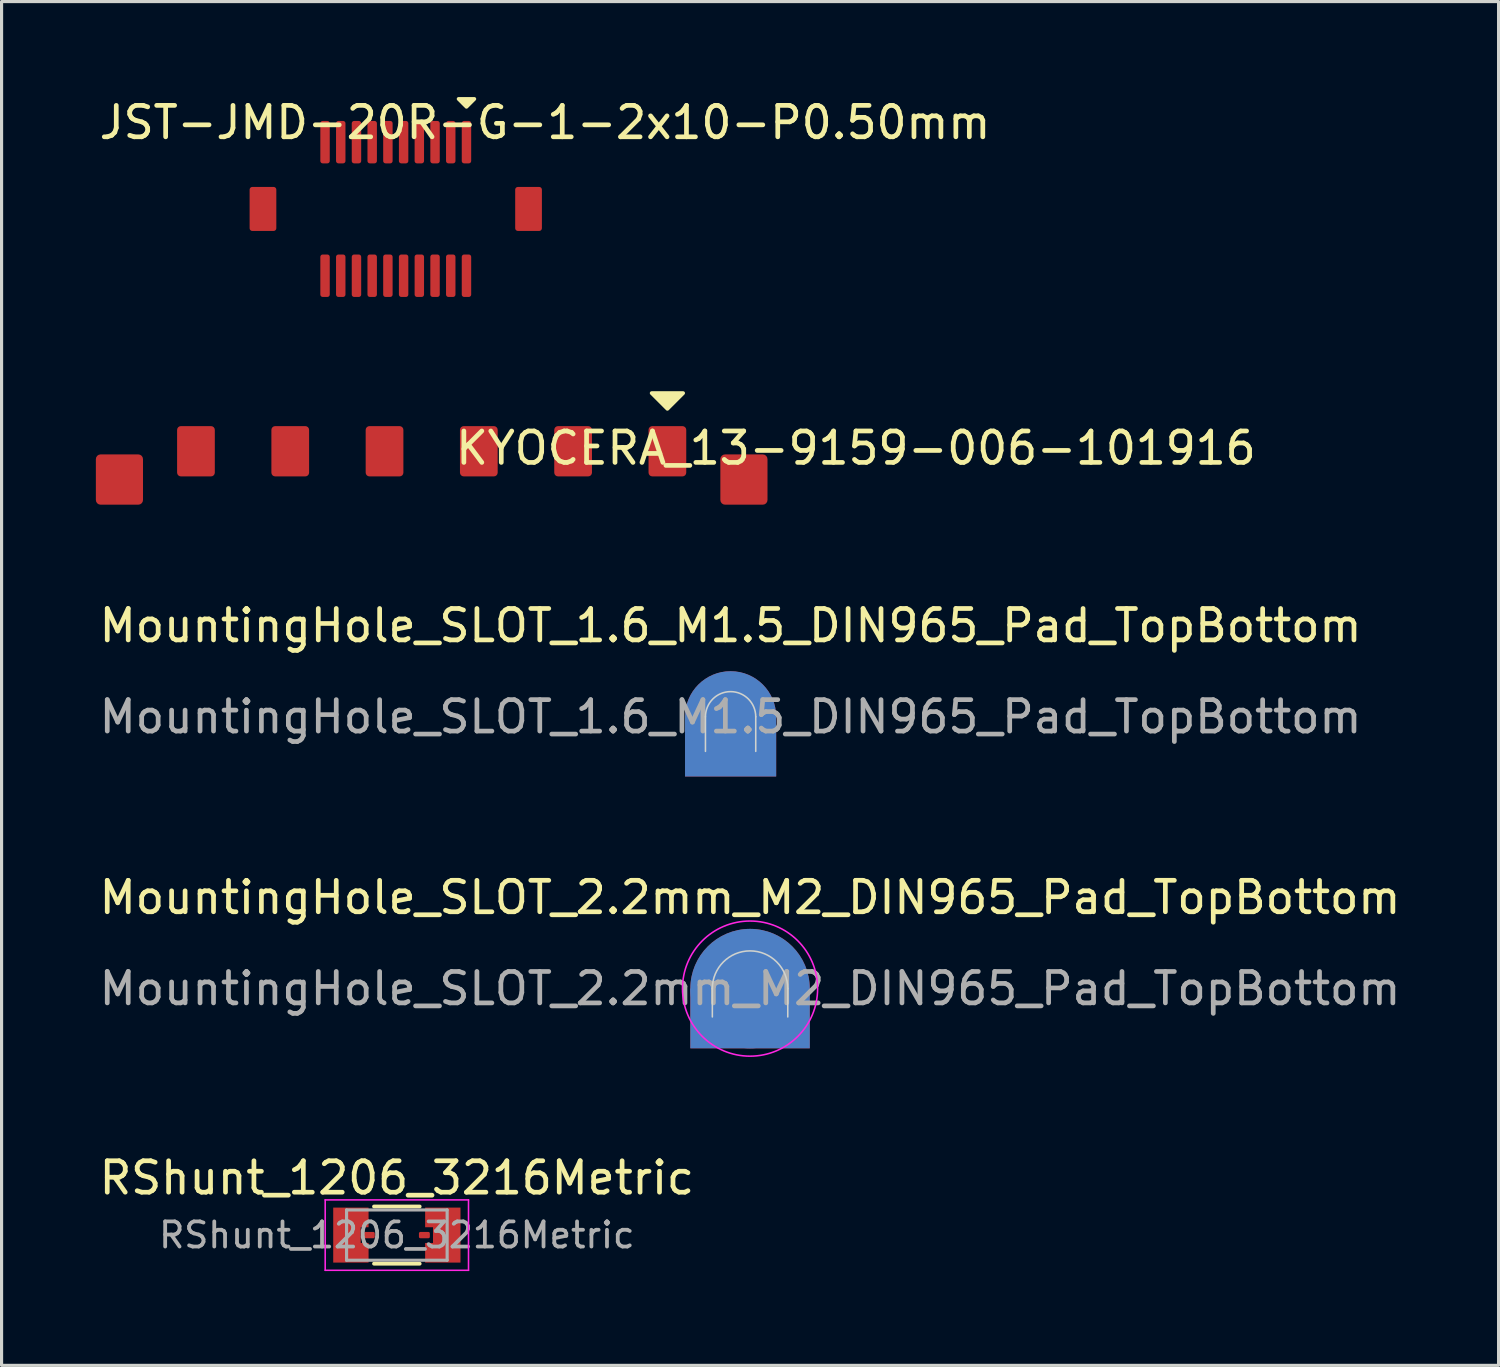
<source format=kicad_pcb>
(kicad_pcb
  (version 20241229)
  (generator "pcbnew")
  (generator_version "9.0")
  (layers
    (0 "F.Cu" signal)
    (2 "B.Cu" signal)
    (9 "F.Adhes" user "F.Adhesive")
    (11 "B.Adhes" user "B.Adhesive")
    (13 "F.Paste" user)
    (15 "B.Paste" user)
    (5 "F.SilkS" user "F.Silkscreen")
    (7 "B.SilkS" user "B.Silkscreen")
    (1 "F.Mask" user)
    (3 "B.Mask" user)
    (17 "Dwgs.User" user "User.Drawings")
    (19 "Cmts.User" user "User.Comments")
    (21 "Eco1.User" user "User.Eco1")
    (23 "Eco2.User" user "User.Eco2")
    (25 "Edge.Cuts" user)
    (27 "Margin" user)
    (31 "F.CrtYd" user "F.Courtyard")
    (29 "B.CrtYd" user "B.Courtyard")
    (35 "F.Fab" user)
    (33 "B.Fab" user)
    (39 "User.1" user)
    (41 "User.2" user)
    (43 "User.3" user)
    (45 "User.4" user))
  (footprint "RShunt_1206_3216Metric"
    (layer "F.Cu")
    (at 9.577 36.248)
    (property "Reference" "RShunt_1206_3216Metric" (at 0 -1.82 0) (layer "F.SilkS") (effects (font (size 1 1) (thickness 0.15))))
    (attr smd)
    (fp_line (start -0.727 -0.91) (end 0.727 -0.91) (stroke (width 0.12) (type solid)) (layer "F.SilkS"))
    (fp_line (start -0.727 0.91) (end 0.727 0.91) (stroke (width 0.12) (type solid)) (layer "F.SilkS"))
    (fp_line (start -2.28 -1.12) (end 2.28 -1.12) (stroke (width 0.05) (type solid)) (layer "F.CrtYd"))
    (fp_line (start -2.28 1.12) (end -2.28 -1.12) (stroke (width 0.05) (type solid)) (layer "F.CrtYd"))
    (fp_line (start 2.28 -1.12) (end 2.28 1.12) (stroke (width 0.05) (type solid)) (layer "F.CrtYd"))
    (fp_line (start 2.28 1.12) (end -2.28 1.12) (stroke (width 0.05) (type solid)) (layer "F.CrtYd"))
    (fp_line (start -1.6 -0.8) (end 1.6 -0.8) (stroke (width 0.1) (type solid)) (layer "F.Fab"))
    (fp_line (start -1.6 0.8) (end -1.6 -0.8) (stroke (width 0.1) (type solid)) (layer "F.Fab"))
    (fp_line (start 1.6 -0.8) (end 1.6 0.8) (stroke (width 0.1) (type solid)) (layer "F.Fab"))
    (fp_line (start 1.6 0.8) (end -1.6 0.8) (stroke (width 0.1) (type solid)) (layer "F.Fab"))
    (fp_text user "${REFERENCE}" (at 0 0 0) (layer "F.Fab") (effects (font (size 0.8 0.8) (thickness 0.12))))
    (pad "1" smd custom (at -1.65 0) (size 0.575 0.575) (layers "F.Cu" "F.Mask" "F.Paste") (options (anchor circle)) (primitives (gr_poly (pts (xy -0.312 -0.16) (xy -0.303 -0.209) (xy -0.275 -0.25) (xy -0.234 -0.278) (xy -0.185 -0.287) (xy 0.185 -0.287) (xy 0.234 -0.278) (xy 0.275 -0.25) (xy 0.303 -0.209) (xy 0.312 -0.16) (xy 0.312 0.16) (xy 0.303 0.209) (xy 0.275 0.25) (xy 0.234 0.278) (xy 0.185 0.287) (xy -0.185 0.287) (xy -0.234 0.278) (xy -0.275 0.25) (xy -0.303 0.209) (xy -0.312 0.16)) (width 0) (fill yes)) (gr_poly (pts (xy -0.375 -0.875) (xy -0.375 0.875) (xy 0.75 0.875) (xy 0.75 0.25) (xy 0.5 0.25) (xy 0.5 -0.25) (xy 0.75 -0.25) (xy 0.75 -0.875)) (width 0) (fill yes))))
    (pad "2" smd roundrect (at -0.876 0) (size 0.347 0.2) (layers "F.Cu" "F.Mask" "F.Paste") (roundrect_rratio 0.222))
    (pad "3" smd roundrect (at 0.876 0) (size 0.347 0.2) (layers "F.Cu" "F.Mask" "F.Paste") (roundrect_rratio 0.222))
    (pad "4" smd custom (at 1.625 0) (size 0.575 0.575) (layers "F.Cu" "F.Mask" "F.Paste") (options (anchor circle)) (primitives (gr_poly (pts (xy -0.312 -0.16) (xy -0.303 -0.209) (xy -0.275 -0.25) (xy -0.234 -0.278) (xy -0.185 -0.287) (xy 0.185 -0.287) (xy 0.234 -0.278) (xy 0.275 -0.25) (xy 0.303 -0.209) (xy 0.312 -0.16) (xy 0.312 0.16) (xy 0.303 0.209) (xy 0.275 0.25) (xy 0.234 0.278) (xy 0.185 0.287) (xy -0.185 0.287) (xy -0.234 0.278) (xy -0.275 0.25) (xy -0.303 0.209) (xy -0.312 0.16)) (width 0) (fill yes)) (gr_poly (pts (xy 0.4 0.875) (xy 0.4 -0.875) (xy -0.725 -0.875) (xy -0.725 -0.25) (xy -0.475 -0.25) (xy -0.475 0.25) (xy -0.725 0.25) (xy -0.725 0.875)) (width 0) (fill yes)))))
  (footprint "JST-JMD-20R-G-1-2x10-P0.50mm"
    (layer "F.Cu")
    (at 9.542 3.598)
    (property "Reference" "JST-JMD-20R-G-1-2x10-P0.50mm" (at 4.75 -2.75 0) (unlocked yes) (layer "F.SilkS") (effects (font (size 1 1) (thickness 0.15))))
    (attr smd)
    (fp_poly (pts (xy 2.25 -3.25) (xy 2 -3.5) (xy 2.5 -3.5)) (stroke (width 0.12) (type solid)) (fill yes) (layer "F.SilkS"))
    (pad "1" smd roundrect (at 2.25 -2.125) (size 0.3 1.35) (layers "F.Cu" "F.Mask" "F.Paste") (roundrect_rratio 0.25))
    (pad "2" smd roundrect (at 2.25 2.125) (size 0.3 1.35) (layers "F.Cu" "F.Mask" "F.Paste") (roundrect_rratio 0.25))
    (pad "3" smd roundrect (at 1.75 -2.125) (size 0.3 1.35) (layers "F.Cu" "F.Mask" "F.Paste") (roundrect_rratio 0.25))
    (pad "4" smd roundrect (at 1.75 2.125) (size 0.3 1.35) (layers "F.Cu" "F.Mask" "F.Paste") (roundrect_rratio 0.25))
    (pad "5" smd roundrect (at 1.25 -2.125) (size 0.3 1.35) (layers "F.Cu" "F.Mask" "F.Paste") (roundrect_rratio 0.25))
    (pad "6" smd roundrect (at 1.25 2.125) (size 0.3 1.35) (layers "F.Cu" "F.Mask" "F.Paste") (roundrect_rratio 0.25))
    (pad "7" smd roundrect (at 0.75 -2.125) (size 0.3 1.35) (layers "F.Cu" "F.Mask" "F.Paste") (roundrect_rratio 0.25))
    (pad "8" smd roundrect (at 0.75 2.125) (size 0.3 1.35) (layers "F.Cu" "F.Mask" "F.Paste") (roundrect_rratio 0.25))
    (pad "9" smd roundrect (at 0.25 -2.125) (size 0.3 1.35) (layers "F.Cu" "F.Mask" "F.Paste") (roundrect_rratio 0.25))
    (pad "10" smd roundrect (at 0.25 2.125) (size 0.3 1.35) (layers "F.Cu" "F.Mask" "F.Paste") (roundrect_rratio 0.25))
    (pad "11" smd roundrect (at -0.25 -2.125) (size 0.3 1.35) (layers "F.Cu" "F.Mask" "F.Paste") (roundrect_rratio 0.25))
    (pad "12" smd roundrect (at -0.25 2.125) (size 0.3 1.35) (layers "F.Cu" "F.Mask" "F.Paste") (roundrect_rratio 0.25))
    (pad "13" smd roundrect (at -0.75 -2.125) (size 0.3 1.35) (layers "F.Cu" "F.Mask" "F.Paste") (roundrect_rratio 0.25))
    (pad "14" smd roundrect (at -0.75 2.125) (size 0.3 1.35) (layers "F.Cu" "F.Mask" "F.Paste") (roundrect_rratio 0.25))
    (pad "15" smd roundrect (at -1.25 -2.125) (size 0.3 1.35) (layers "F.Cu" "F.Mask" "F.Paste") (roundrect_rratio 0.25))
    (pad "16" smd roundrect (at -1.25 2.125) (size 0.3 1.35) (layers "F.Cu" "F.Mask" "F.Paste") (roundrect_rratio 0.25))
    (pad "17" smd roundrect (at -1.75 -2.125) (size 0.3 1.35) (layers "F.Cu" "F.Mask" "F.Paste") (roundrect_rratio 0.25))
    (pad "18" smd roundrect (at -1.75 2.125) (size 0.3 1.35) (layers "F.Cu" "F.Mask" "F.Paste") (roundrect_rratio 0.25))
    (pad "19" smd roundrect (at -2.25 -2.125) (size 0.3 1.35) (layers "F.Cu" "F.Mask" "F.Paste") (roundrect_rratio 0.25))
    (pad "20" smd roundrect (at -2.25 2.125) (size 0.3 1.35) (layers "F.Cu" "F.Mask" "F.Paste") (roundrect_rratio 0.25))
    (pad "EP" smd roundrect (at -4.225 0) (size 0.85 1.4) (layers "F.Cu" "F.Mask" "F.Paste") (roundrect_rratio 0.1))
    (pad "EP" smd roundrect (at 4.225 0) (size 0.85 1.4) (layers "F.Cu" "F.Mask" "F.Paste") (roundrect_rratio 0.1)))
  (footprint "MountingHole_SLOT_1.6_M1.5_DIN965_Pad_TopBottom"
    (layer "F.Cu")
    (at 20.196 19.756)
    (property "Reference" "MountingHole_SLOT_1.6_M1.5_DIN965_Pad_TopBottom" (at 0 -2.9 0) (layer "F.SilkS") (effects (font (size 1 1) (thickness 0.15))))
    (attr exclude_from_pos_files exclude_from_bom)
    (fp_poly (pts (xy -1.45 0) (xy -1.45 1.9) (xy 1.45 1.9) (xy 1.45 0)) (stroke (width 0) (type solid)) (fill yes) (layer "F.Cu"))
    (fp_poly (pts (xy -1.45 0) (xy -1.45 1.9) (xy 1.45 1.9) (xy 1.45 0)) (stroke (width 0) (type solid)) (fill yes) (layer "F.Mask"))
    (fp_poly (pts (xy -1.45 0) (xy -1.45 1.9) (xy 1.45 1.9) (xy 1.45 0)) (stroke (width 0) (type solid)) (fill yes) (layer "B.Cu"))
    (fp_poly (pts (xy -1.45 0) (xy -1.45 1.9) (xy 1.45 1.9) (xy 1.45 0)) (stroke (width 0) (type solid)) (fill yes) (layer "B.Mask"))
    (fp_line (start -0.8 0) (end -0.8 1.1) (stroke (width 0.05) (type default)) (layer "Edge.Cuts"))
    (fp_line (start 0.8 0) (end 0.8 1.1) (stroke (width 0.05) (type default)) (layer "Edge.Cuts"))
    (fp_arc (start -0.8 0) (mid 0 -0.8) (end 0.8 0) (stroke (width 0.05) (type default)) (layer "Edge.Cuts"))
    (fp_text user "${REFERENCE}" (at 0 0 0) (layer "F.Fab") (effects (font (size 1 1) (thickness 0.15))))
    (pad "1" connect circle (at 0 0) (size 2.9 2.9) (layers "F.Cu" "F.Mask"))
    (pad "1" connect circle (at 0 0) (size 2.9 2.9) (layers "B.Cu" "B.Mask")))
  (footprint "MountingHole_SLOT_2.2mm_M2_DIN965_Pad_TopBottom"
    (layer "F.Cu")
    (at 20.815 28.405)
    (property "Reference" "MountingHole_SLOT_2.2mm_M2_DIN965_Pad_TopBottom" (at 0 -2.9 0) (layer "F.SilkS") (effects (font (size 1 1) (thickness 0.15))))
    (attr exclude_from_pos_files exclude_from_bom)
    (fp_poly (pts (xy -1.9 0) (xy -1.9 1.9) (xy 1.9 1.9) (xy 1.9 0)) (stroke (width 0) (type solid)) (fill yes) (layer "F.Cu"))
    (fp_poly (pts (xy -1.9 0) (xy -1.9 1.9) (xy 1.9 1.9) (xy 1.9 0)) (stroke (width 0) (type solid)) (fill yes) (layer "F.Mask"))
    (fp_poly (pts (xy -1.9 0) (xy -1.9 1.9) (xy 1.9 1.9) (xy 1.9 0)) (stroke (width 0) (type solid)) (fill yes) (layer "B.Cu"))
    (fp_poly (pts (xy -1.9 0) (xy -1.9 1.9) (xy 1.9 1.9) (xy 1.9 0)) (stroke (width 0) (type solid)) (fill yes) (layer "B.Mask"))
    (fp_line (start -1.2 0) (end -1.2 0.9) (stroke (width 0.05) (type default)) (layer "Edge.Cuts"))
    (fp_line (start 1.2 0) (end 1.2 0.9) (stroke (width 0.05) (type default)) (layer "Edge.Cuts"))
    (fp_arc (start -1.2 0) (mid 0 -1.2) (end 1.2 0) (stroke (width 0.05) (type default)) (layer "Edge.Cuts"))
    (fp_circle (center 0 0) (end 2.15 0) (stroke (width 0.05) (type solid)) (fill no) (layer "F.CrtYd"))
    (fp_text user "${REFERENCE}" (at 0 0 0) (layer "F.Fab") (effects (font (size 1 1) (thickness 0.15))))
    (pad "1" connect circle (at 0 0) (size 3.8 3.8) (layers "F.Cu" "F.Mask"))
    (pad "1" connect circle (at 0 0) (size 3.8 3.8) (layers "B.Cu" "B.Mask")))
  (footprint "KYOCERA_13-9159-006-101916"
    (layer "F.Cu")
    (at 10.685 12.208)
    (property "Reference" "KYOCERA_13-9159-006-101916" (at 13.5 -1 0) (unlocked yes) (layer "F.SilkS") (effects (font (size 1 1) (thickness 0.15))))
    (attr smd)
    (fp_poly (pts (xy 7.5 -2.25) (xy 7 -2.75) (xy 8 -2.75)) (stroke (width 0.12) (type solid)) (fill yes) (layer "F.SilkS"))
    (pad "1" smd roundrect (at 7.5 -0.9) (size 1.2 1.6) (layers "F.Cu" "F.Mask" "F.Paste") (roundrect_rratio 0.1))
    (pad "2" smd roundrect (at 4.5 -0.9) (size 1.2 1.6) (layers "F.Cu" "F.Mask" "F.Paste") (roundrect_rratio 0.1))
    (pad "3" smd roundrect (at 1.5 -0.9) (size 1.2 1.6) (layers "F.Cu" "F.Mask" "F.Paste") (roundrect_rratio 0.1))
    (pad "4" smd roundrect (at -1.5 -0.9) (size 1.2 1.6) (layers "F.Cu" "F.Mask" "F.Paste") (roundrect_rratio 0.1))
    (pad "5" smd roundrect (at -4.5 -0.9) (size 1.2 1.6) (layers "F.Cu" "F.Mask" "F.Paste") (roundrect_rratio 0.1))
    (pad "6" smd roundrect (at -7.5 -0.9) (size 1.2 1.6) (layers "F.Cu" "F.Mask" "F.Paste") (roundrect_rratio 0.1))
    (pad "EP" smd roundrect (at -9.935 0) (size 1.5 1.6) (layers "F.Cu" "F.Mask" "F.Paste") (roundrect_rratio 0.1))
    (pad "EP" smd roundrect (at 9.935 0) (size 1.5 1.6) (layers "F.Cu" "F.Mask" "F.Paste") (roundrect_rratio 0.1)))
  (gr_rect
    (start -3 -3)
    (end 44.631 40.393)
    (stroke (width 0.1) (type default))
    (fill no)
    (layer "Edge.Cuts")))
</source>
